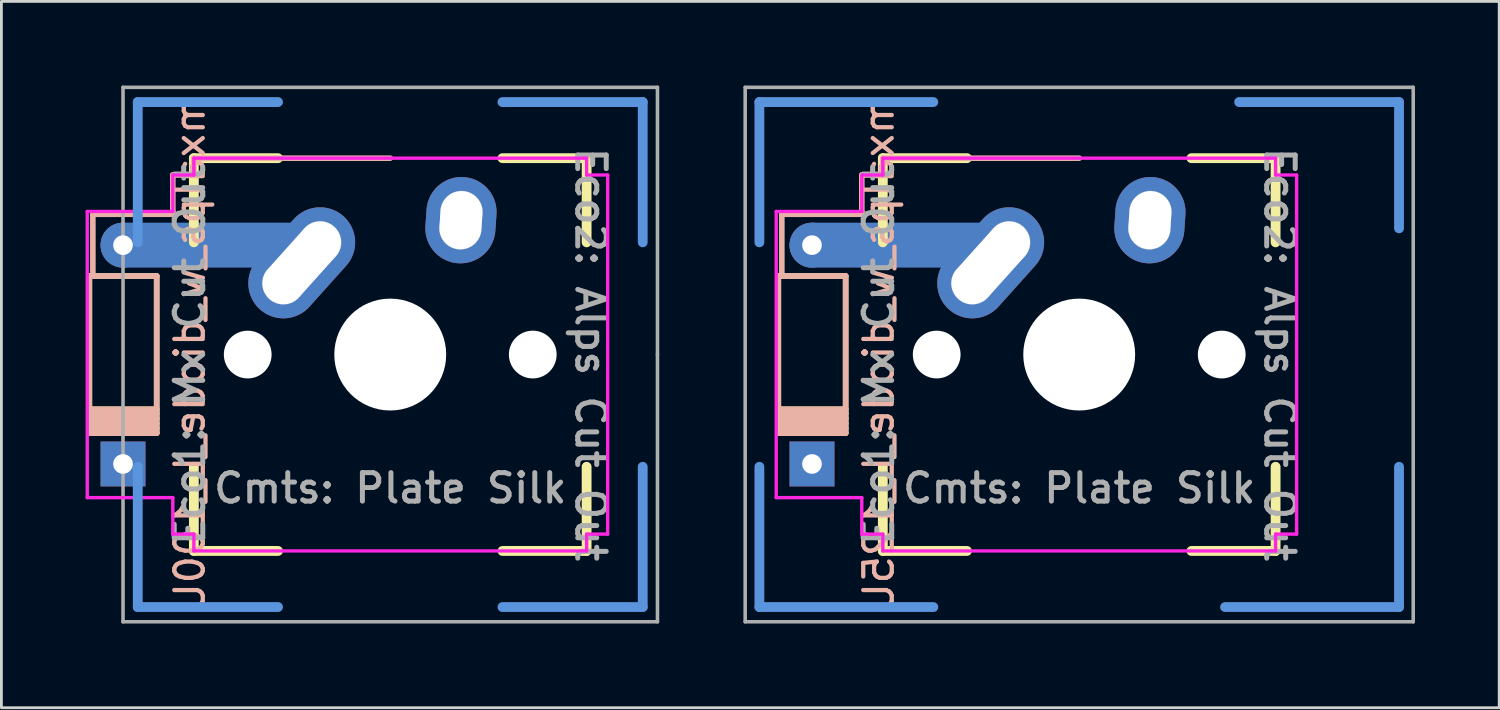
<source format=kicad_pcb>
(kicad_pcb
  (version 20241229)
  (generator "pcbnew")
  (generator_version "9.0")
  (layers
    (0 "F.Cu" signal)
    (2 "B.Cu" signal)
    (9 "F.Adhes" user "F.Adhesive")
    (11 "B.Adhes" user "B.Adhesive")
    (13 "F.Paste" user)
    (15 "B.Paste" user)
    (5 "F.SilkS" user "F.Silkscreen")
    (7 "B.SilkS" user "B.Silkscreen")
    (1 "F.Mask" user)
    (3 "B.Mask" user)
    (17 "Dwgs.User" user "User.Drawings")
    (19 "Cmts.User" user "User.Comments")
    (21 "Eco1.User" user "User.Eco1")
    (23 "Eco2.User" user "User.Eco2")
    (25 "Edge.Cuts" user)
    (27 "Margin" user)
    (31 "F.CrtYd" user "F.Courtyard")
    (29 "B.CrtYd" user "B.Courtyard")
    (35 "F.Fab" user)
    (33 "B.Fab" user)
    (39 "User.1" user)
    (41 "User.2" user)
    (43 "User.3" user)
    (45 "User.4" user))
  (footprint "mxalps_w_diode_L_125U"
    (layer "F.Cu")
    (at 35.418 9.588)
    (property "Reference" "mxalps_w_diode_L_125U" (at -7.144 0 90) (layer "B.SilkS") (effects (font (size 1.016 1.016) (thickness 0.152)) (justify mirror)))
    (attr through_hole)
    (fp_line (start -10.725 -2.8) (end -10.725 2.8) (stroke (width 0.2) (type solid)) (layer "F.SilkS"))
    (fp_line (start -8.325 -2.8) (end -10.725 -2.8) (stroke (width 0.2) (type solid)) (layer "F.SilkS"))
    (fp_line (start -8.325 1.95) (end -10.725 1.95) (stroke (width 0.2) (type solid)) (layer "F.SilkS"))
    (fp_line (start -8.325 2.1) (end -10.725 2.1) (stroke (width 0.2) (type solid)) (layer "F.SilkS"))
    (fp_line (start -8.325 2.275) (end -10.725 2.275) (stroke (width 0.2) (type solid)) (layer "F.SilkS"))
    (fp_line (start -8.325 2.45) (end -10.725 2.45) (stroke (width 0.2) (type solid)) (layer "F.SilkS"))
    (fp_line (start -8.325 2.625) (end -10.725 2.625) (stroke (width 0.2) (type solid)) (layer "F.SilkS"))
    (fp_line (start -8.325 2.8) (end -10.725 2.8) (stroke (width 0.2) (type solid)) (layer "F.SilkS"))
    (fp_line (start -8.325 2.8) (end -8.325 -2.8) (stroke (width 0.2) (type solid)) (layer "F.SilkS"))
    (fp_line (start -7 -7) (end -7 -4) (stroke (width 0.35) (type solid)) (layer "F.SilkS"))
    (fp_line (start -7 -7) (end -4 -7) (stroke (width 0.35) (type solid)) (layer "F.SilkS"))
    (fp_line (start -7 7) (end -7 4) (stroke (width 0.35) (type solid)) (layer "F.SilkS"))
    (fp_line (start -7 7) (end -4 7) (stroke (width 0.35) (type solid)) (layer "F.SilkS"))
    (fp_line (start 7 -7) (end 4 -7) (stroke (width 0.35) (type solid)) (layer "F.SilkS"))
    (fp_line (start 7 -7) (end 7 -4) (stroke (width 0.35) (type solid)) (layer "F.SilkS"))
    (fp_line (start 7 7) (end 4 7) (stroke (width 0.35) (type solid)) (layer "F.SilkS"))
    (fp_line (start 7 7) (end 7 4) (stroke (width 0.35) (type solid)) (layer "F.SilkS"))
    (fp_line (start -10.725 -2.8) (end -8.325 -2.8) (stroke (width 0.2) (type solid)) (layer "B.SilkS"))
    (fp_line (start -10.725 1.95) (end -8.325 1.95) (stroke (width 0.2) (type solid)) (layer "B.SilkS"))
    (fp_line (start -10.725 2.1) (end -8.325 2.1) (stroke (width 0.2) (type solid)) (layer "B.SilkS"))
    (fp_line (start -10.725 2.275) (end -8.325 2.275) (stroke (width 0.2) (type solid)) (layer "B.SilkS"))
    (fp_line (start -10.725 2.45) (end -8.325 2.45) (stroke (width 0.2) (type solid)) (layer "B.SilkS"))
    (fp_line (start -10.725 2.625) (end -8.325 2.625) (stroke (width 0.2) (type solid)) (layer "B.SilkS"))
    (fp_line (start -10.725 2.8) (end -10.725 -2.8) (stroke (width 0.2) (type solid)) (layer "B.SilkS"))
    (fp_line (start -10.725 2.8) (end -8.325 2.8) (stroke (width 0.2) (type solid)) (layer "B.SilkS"))
    (fp_line (start -10.6 -5) (end -10.6 -2.8) (stroke (width 0.2) (type solid)) (layer "B.SilkS"))
    (fp_line (start -8.325 -2.8) (end -8.325 2.8) (stroke (width 0.2) (type solid)) (layer "B.SilkS"))
    (fp_line (start -7.75 -6.4) (end -7.75 -5.1) (stroke (width 0.2) (type solid)) (layer "B.SilkS"))
    (fp_line (start -7.75 -5.1) (end -7.75 -5) (stroke (width 0.2) (type solid)) (layer "B.SilkS"))
    (fp_line (start -7.75 -5) (end -10.6 -5) (stroke (width 0.2) (type solid)) (layer "B.SilkS"))
    (fp_line (start -7 -7) (end -7 -6.4) (stroke (width 0.2) (type solid)) (layer "B.SilkS"))
    (fp_line (start -7 -6.4) (end -7.75 -6.4) (stroke (width 0.2) (type solid)) (layer "B.SilkS"))
    (fp_line (start 0 -7) (end -7 -7) (stroke (width 0.2) (type solid)) (layer "B.SilkS"))
    (fp_circle (center -3.81 -2.54) (end -3.06 -2.54) (stroke (width 0.01) (type solid)) (fill no) (layer "Dwgs.User"))
    (fp_circle (center -2.5 -4) (end -1.75 -4) (stroke (width 0.01) (type solid)) (fill no) (layer "Dwgs.User"))
    (fp_circle (center 2.5 -4.5) (end 3.25 -4.5) (stroke (width 0.01) (type solid)) (fill no) (layer "Dwgs.User"))
    (fp_circle (center 2.54 -5.08) (end 3.29 -5.08) (stroke (width 0.01) (type solid)) (fill no) (layer "Dwgs.User"))
    (fp_line (start -11.4 -9) (end -11.4 -4) (stroke (width 0.35) (type solid)) (layer "Cmts.User"))
    (fp_line (start -11.4 -9) (end -5.2 -9) (stroke (width 0.35) (type solid)) (layer "Cmts.User"))
    (fp_line (start -11.4 9) (end -11.4 4) (stroke (width 0.35) (type solid)) (layer "Cmts.User"))
    (fp_line (start -11.4 9) (end -5.2 9) (stroke (width 0.35) (type solid)) (layer "Cmts.User"))
    (fp_line (start 11.4 -9) (end 5.7 -9) (stroke (width 0.35) (type solid)) (layer "Cmts.User"))
    (fp_line (start 11.4 -9) (end 11.4 -4.5) (stroke (width 0.35) (type solid)) (layer "Cmts.User"))
    (fp_line (start 11.4 9) (end 5.2 9) (stroke (width 0.35) (type solid)) (layer "Cmts.User"))
    (fp_line (start 11.4 9) (end 11.4 4) (stroke (width 0.35) (type solid)) (layer "Cmts.User"))
    (fp_line (start -7 -7) (end -7 7) (stroke (width 0.1) (type solid)) (layer "Eco1.User"))
    (fp_line (start -7 7) (end 7 7) (stroke (width 0.1) (type solid)) (layer "Eco1.User"))
    (fp_line (start 7 -7) (end -7 -7) (stroke (width 0.1) (type solid)) (layer "Eco1.User"))
    (fp_line (start 7 7) (end 7 -7) (stroke (width 0.1) (type solid)) (layer "Eco1.User"))
    (fp_line (start -7.75 -6.4) (end -7.75 6.4) (stroke (width 0.1) (type solid)) (layer "Eco2.User"))
    (fp_line (start -7.75 6.4) (end 7.75 6.4) (stroke (width 0.1) (type solid)) (layer "Eco2.User"))
    (fp_line (start 7.75 -6.4) (end -7.75 -6.4) (stroke (width 0.1) (type solid)) (layer "Eco2.User"))
    (fp_line (start 7.75 6.4) (end 7.75 -6.4) (stroke (width 0.1) (type solid)) (layer "Eco2.User"))
    (fp_line (start -10.8 -5.1) (end -10.8 5.1) (stroke (width 0.12) (type solid)) (layer "F.CrtYd"))
    (fp_line (start -7.75 -6.4) (end -7.75 -5.1) (stroke (width 0.12) (type solid)) (layer "F.CrtYd"))
    (fp_line (start -7.75 -6.4) (end -7 -6.4) (stroke (width 0.12) (type solid)) (layer "F.CrtYd"))
    (fp_line (start -7.75 -5.1) (end -10.8 -5.1) (stroke (width 0.12) (type solid)) (layer "F.CrtYd"))
    (fp_line (start -7.75 5.1) (end -10.8 5.1) (stroke (width 0.12) (type solid)) (layer "F.CrtYd"))
    (fp_line (start -7.75 6.4) (end -7.75 5.1) (stroke (width 0.12) (type solid)) (layer "F.CrtYd"))
    (fp_line (start -7 -7) (end 7 -7) (stroke (width 0.12) (type solid)) (layer "F.CrtYd"))
    (fp_line (start -7 -6.4) (end -7 -7) (stroke (width 0.12) (type solid)) (layer "F.CrtYd"))
    (fp_line (start -7 6.4) (end -7.75 6.4) (stroke (width 0.12) (type solid)) (layer "F.CrtYd"))
    (fp_line (start -7 7) (end -7 6.4) (stroke (width 0.12) (type solid)) (layer "F.CrtYd"))
    (fp_line (start 7 -7) (end 7 -6.4) (stroke (width 0.12) (type solid)) (layer "F.CrtYd"))
    (fp_line (start 7 -6.4) (end 7.75 -6.4) (stroke (width 0.12) (type solid)) (layer "F.CrtYd"))
    (fp_line (start 7 6.4) (end 7 7) (stroke (width 0.12) (type solid)) (layer "F.CrtYd"))
    (fp_line (start 7 7) (end -7 7) (stroke (width 0.12) (type solid)) (layer "F.CrtYd"))
    (fp_line (start 7.75 -6.4) (end 7.75 6.4) (stroke (width 0.12) (type solid)) (layer "F.CrtYd"))
    (fp_line (start 7.75 6.4) (end 7 6.4) (stroke (width 0.12) (type solid)) (layer "F.CrtYd"))
    (fp_line (start -11.906 9.525) (end -11.906 -9.525) (stroke (width 0.127) (type solid)) (layer "F.Fab"))
    (fp_line (start -11.906 9.525) (end 11.906 9.525) (stroke (width 0.127) (type solid)) (layer "F.Fab"))
    (fp_line (start 11.906 -9.525) (end -11.906 -9.525) (stroke (width 0.127) (type solid)) (layer "F.Fab"))
    (fp_line (start 11.906 -9.525) (end 11.906 9.525) (stroke (width 0.127) (type solid)) (layer "F.Fab"))
    (fp_text user "Eco1: Mx Cut Out" (at -7.144 0 90) (unlocked yes) (layer "F.Fab") (effects (font (size 1.016 1.016) (thickness 0.178))))
    (fp_text user "Eco2: Alps Cut Out" (at 7.144 0 270) (unlocked yes) (layer "F.Fab") (effects (font (size 1.016 1.016) (thickness 0.178))))
    (fp_text user "Cmts: Plate Silk" (at 0 4.763 0) (layer "F.Fab") (effects (font (size 1.016 1.016) (thickness 0.178))))
    (pad "" thru_hole circle (at -9.525 -3.9 270) (size 1.6 1.6) (drill 0.7) (layers "*.Cu" "*.Mask"))
    (pad "" connect oval (at -9.525 -3.9) (size 8.6 1.6) (drill (offset 3.5 0)) (layers "B.Cu"))
    (pad "" np_thru_hole circle (at -5.08 0) (size 1.702 1.702) (drill 1.702) (layers "*.Cu" "*.Mask"))
    (pad "" thru_hole oval (at -3.155 -3.27 318.1) (size 2.5 4.46) (drill oval 1.5 3.46) (layers "*.Cu" "*.Mask"))
    (pad "" np_thru_hole circle (at 0 0) (size 3.988 3.988) (drill 3.988) (layers "*.Cu" "*.Mask"))
    (pad "" np_thru_hole circle (at 5.08 0) (size 1.702 1.702) (drill 1.702) (layers "*.Cu" "*.Mask"))
    (pad "1" thru_hole oval (at 2.52 -4.79 356.1) (size 2.5 3.08) (drill oval 1.5 2.08) (layers "*.Cu" "*.Mask"))
    (pad "2" thru_hole rect (at -9.525 3.9 270) (size 1.6 1.6) (drill 0.7) (layers "*.Cu" "*.Mask")))
  (footprint "mxalps_w_diode_L_100U"
    (layer "F.Cu")
    (at 10.86 9.588)
    (property "Reference" "mxalps_w_diode_L_100U" (at -7.144 0 90) (layer "B.SilkS") (effects (font (size 1.016 1.016) (thickness 0.152)) (justify mirror)))
    (attr through_hole)
    (fp_line (start -10.725 -2.8) (end -10.725 2.8) (stroke (width 0.2) (type solid)) (layer "F.SilkS"))
    (fp_line (start -8.325 -2.8) (end -10.725 -2.8) (stroke (width 0.2) (type solid)) (layer "F.SilkS"))
    (fp_line (start -8.325 1.95) (end -10.725 1.95) (stroke (width 0.2) (type solid)) (layer "F.SilkS"))
    (fp_line (start -8.325 2.1) (end -10.725 2.1) (stroke (width 0.2) (type solid)) (layer "F.SilkS"))
    (fp_line (start -8.325 2.275) (end -10.725 2.275) (stroke (width 0.2) (type solid)) (layer "F.SilkS"))
    (fp_line (start -8.325 2.45) (end -10.725 2.45) (stroke (width 0.2) (type solid)) (layer "F.SilkS"))
    (fp_line (start -8.325 2.625) (end -10.725 2.625) (stroke (width 0.2) (type solid)) (layer "F.SilkS"))
    (fp_line (start -8.325 2.8) (end -10.725 2.8) (stroke (width 0.2) (type solid)) (layer "F.SilkS"))
    (fp_line (start -8.325 2.8) (end -8.325 -2.8) (stroke (width 0.2) (type solid)) (layer "F.SilkS"))
    (fp_line (start -7 -7) (end -7 -4) (stroke (width 0.35) (type solid)) (layer "F.SilkS"))
    (fp_line (start -7 -7) (end -4 -7) (stroke (width 0.35) (type solid)) (layer "F.SilkS"))
    (fp_line (start -7 7) (end -7 4) (stroke (width 0.35) (type solid)) (layer "F.SilkS"))
    (fp_line (start -7 7) (end -4 7) (stroke (width 0.35) (type solid)) (layer "F.SilkS"))
    (fp_line (start 7 -7) (end 4 -7) (stroke (width 0.35) (type solid)) (layer "F.SilkS"))
    (fp_line (start 7 -7) (end 7 -4) (stroke (width 0.35) (type solid)) (layer "F.SilkS"))
    (fp_line (start 7 7) (end 4 7) (stroke (width 0.35) (type solid)) (layer "F.SilkS"))
    (fp_line (start 7 7) (end 7 4) (stroke (width 0.35) (type solid)) (layer "F.SilkS"))
    (fp_line (start -10.725 -2.8) (end -8.325 -2.8) (stroke (width 0.2) (type solid)) (layer "B.SilkS"))
    (fp_line (start -10.725 1.95) (end -8.325 1.95) (stroke (width 0.2) (type solid)) (layer "B.SilkS"))
    (fp_line (start -10.725 2.1) (end -8.325 2.1) (stroke (width 0.2) (type solid)) (layer "B.SilkS"))
    (fp_line (start -10.725 2.275) (end -8.325 2.275) (stroke (width 0.2) (type solid)) (layer "B.SilkS"))
    (fp_line (start -10.725 2.45) (end -8.325 2.45) (stroke (width 0.2) (type solid)) (layer "B.SilkS"))
    (fp_line (start -10.725 2.625) (end -8.325 2.625) (stroke (width 0.2) (type solid)) (layer "B.SilkS"))
    (fp_line (start -10.725 2.8) (end -10.725 -2.8) (stroke (width 0.2) (type solid)) (layer "B.SilkS"))
    (fp_line (start -10.725 2.8) (end -8.325 2.8) (stroke (width 0.2) (type solid)) (layer "B.SilkS"))
    (fp_line (start -10.6 -5) (end -10.6 -2.8) (stroke (width 0.2) (type solid)) (layer "B.SilkS"))
    (fp_line (start -8.325 -2.8) (end -8.325 2.8) (stroke (width 0.2) (type solid)) (layer "B.SilkS"))
    (fp_line (start -7.75 -6.4) (end -7.75 -5.1) (stroke (width 0.2) (type solid)) (layer "B.SilkS"))
    (fp_line (start -7.75 -5.1) (end -7.75 -5) (stroke (width 0.2) (type solid)) (layer "B.SilkS"))
    (fp_line (start -7.75 -5) (end -10.6 -5) (stroke (width 0.2) (type solid)) (layer "B.SilkS"))
    (fp_line (start -7 -7) (end -7 -6.4) (stroke (width 0.2) (type solid)) (layer "B.SilkS"))
    (fp_line (start -7 -6.4) (end -7.75 -6.4) (stroke (width 0.2) (type solid)) (layer "B.SilkS"))
    (fp_line (start 0 -7) (end -7 -7) (stroke (width 0.2) (type solid)) (layer "B.SilkS"))
    (fp_circle (center -3.81 -2.54) (end -3.06 -2.54) (stroke (width 0.01) (type solid)) (fill no) (layer "Dwgs.User"))
    (fp_circle (center -2.5 -4) (end -1.75 -4) (stroke (width 0.01) (type solid)) (fill no) (layer "Dwgs.User"))
    (fp_circle (center 2.5 -4.5) (end 3.25 -4.5) (stroke (width 0.01) (type solid)) (fill no) (layer "Dwgs.User"))
    (fp_circle (center 2.54 -5.08) (end 3.29 -5.08) (stroke (width 0.01) (type solid)) (fill no) (layer "Dwgs.User"))
    (fp_line (start -9 -9) (end -4 -9) (stroke (width 0.35) (type solid)) (layer "Cmts.User"))
    (fp_line (start -9 -4) (end -9 -9) (stroke (width 0.35) (type solid)) (layer "Cmts.User"))
    (fp_line (start -9 9) (end -9 4) (stroke (width 0.35) (type solid)) (layer "Cmts.User"))
    (fp_line (start -4 9) (end -9 9) (stroke (width 0.35) (type solid)) (layer "Cmts.User"))
    (fp_line (start 4 -9) (end 9 -9) (stroke (width 0.35) (type solid)) (layer "Cmts.User"))
    (fp_line (start 9 -9) (end 9 -4) (stroke (width 0.35) (type solid)) (layer "Cmts.User"))
    (fp_line (start 9 4) (end 9 9) (stroke (width 0.35) (type solid)) (layer "Cmts.User"))
    (fp_line (start 9 9) (end 4 9) (stroke (width 0.35) (type solid)) (layer "Cmts.User"))
    (fp_line (start -7 -7) (end -7 7) (stroke (width 0.1) (type solid)) (layer "Eco1.User"))
    (fp_line (start -7 7) (end 7 7) (stroke (width 0.1) (type solid)) (layer "Eco1.User"))
    (fp_line (start 7 -7) (end -7 -7) (stroke (width 0.1) (type solid)) (layer "Eco1.User"))
    (fp_line (start 7 7) (end 7 -7) (stroke (width 0.1) (type solid)) (layer "Eco1.User"))
    (fp_line (start -7.75 -6.4) (end -7.75 6.4) (stroke (width 0.1) (type solid)) (layer "Eco2.User"))
    (fp_line (start -7.75 6.4) (end 7.75 6.4) (stroke (width 0.1) (type solid)) (layer "Eco2.User"))
    (fp_line (start 7.75 -6.4) (end -7.75 -6.4) (stroke (width 0.1) (type solid)) (layer "Eco2.User"))
    (fp_line (start 7.75 6.4) (end 7.75 -6.4) (stroke (width 0.1) (type solid)) (layer "Eco2.User"))
    (fp_line (start -10.8 -5.1) (end -10.8 5.1) (stroke (width 0.12) (type solid)) (layer "F.CrtYd"))
    (fp_line (start -7.75 -6.4) (end -7.75 -5.1) (stroke (width 0.12) (type solid)) (layer "F.CrtYd"))
    (fp_line (start -7.75 -6.4) (end -7 -6.4) (stroke (width 0.12) (type solid)) (layer "F.CrtYd"))
    (fp_line (start -7.75 -5.1) (end -10.8 -5.1) (stroke (width 0.12) (type solid)) (layer "F.CrtYd"))
    (fp_line (start -7.75 5.1) (end -10.8 5.1) (stroke (width 0.12) (type solid)) (layer "F.CrtYd"))
    (fp_line (start -7.75 6.4) (end -7.75 5.1) (stroke (width 0.12) (type solid)) (layer "F.CrtYd"))
    (fp_line (start -7 -7) (end 7 -7) (stroke (width 0.12) (type solid)) (layer "F.CrtYd"))
    (fp_line (start -7 -6.4) (end -7 -7) (stroke (width 0.12) (type solid)) (layer "F.CrtYd"))
    (fp_line (start -7 6.4) (end -7.75 6.4) (stroke (width 0.12) (type solid)) (layer "F.CrtYd"))
    (fp_line (start -7 7) (end -7 6.4) (stroke (width 0.12) (type solid)) (layer "F.CrtYd"))
    (fp_line (start 7 -7) (end 7 -6.4) (stroke (width 0.12) (type solid)) (layer "F.CrtYd"))
    (fp_line (start 7 -6.4) (end 7.75 -6.4) (stroke (width 0.12) (type solid)) (layer "F.CrtYd"))
    (fp_line (start 7 6.4) (end 7 7) (stroke (width 0.12) (type solid)) (layer "F.CrtYd"))
    (fp_line (start 7 7) (end -7 7) (stroke (width 0.12) (type solid)) (layer "F.CrtYd"))
    (fp_line (start 7.75 -6.4) (end 7.75 6.4) (stroke (width 0.12) (type solid)) (layer "F.CrtYd"))
    (fp_line (start 7.75 6.4) (end 7 6.4) (stroke (width 0.12) (type solid)) (layer "F.CrtYd"))
    (fp_line (start -9.525 -9.525) (end -9.525 9.525) (stroke (width 0.127) (type solid)) (layer "F.Fab"))
    (fp_line (start -9.525 9.525) (end 9.525 9.525) (stroke (width 0.127) (type solid)) (layer "F.Fab"))
    (fp_line (start 9.525 -9.525) (end -9.525 -9.525) (stroke (width 0.127) (type solid)) (layer "F.Fab"))
    (fp_line (start 9.525 0) (end 9.525 -9.525) (stroke (width 0.127) (type solid)) (layer "F.Fab"))
    (fp_line (start 9.525 9.525) (end 9.525 0) (stroke (width 0.127) (type solid)) (layer "F.Fab"))
    (fp_text user "Eco2: Alps Cut Out" (at 7.144 0 270) (unlocked yes) (layer "F.Fab") (effects (font (size 1.016 1.016) (thickness 0.178))))
    (fp_text user "Cmts: Plate Silk" (at 0 4.763 0) (layer "F.Fab") (effects (font (size 1.016 1.016) (thickness 0.178))))
    (fp_text user "Eco1: Mx Cut Out" (at -7.144 0 90) (layer "F.Fab") (effects (font (size 1.016 1.016) (thickness 0.178))))
    (pad "" thru_hole circle (at -9.525 -3.9 270) (size 1.6 1.6) (drill 0.7) (layers "*.Cu" "*.Mask"))
    (pad "" connect oval (at -9.525 -3.9) (size 8.6 1.6) (drill (offset 3.5 0)) (layers "B.Cu"))
    (pad "" np_thru_hole circle (at -5.08 0) (size 1.702 1.702) (drill 1.702) (layers "*.Cu" "*.Mask"))
    (pad "" thru_hole oval (at -3.155 -3.27 318.1) (size 2.5 4.46) (drill oval 1.5 3.46) (layers "*.Cu" "*.Mask"))
    (pad "" np_thru_hole circle (at 0 0) (size 3.988 3.988) (drill 3.988) (layers "*.Cu" "*.Mask"))
    (pad "" np_thru_hole circle (at 5.08 0) (size 1.702 1.702) (drill 1.702) (layers "*.Cu" "*.Mask"))
    (pad "1" thru_hole oval (at 2.52 -4.79 356.1) (size 2.5 3.08) (drill oval 1.5 2.08) (layers "*.Cu" "*.Mask"))
    (pad "2" thru_hole rect (at -9.525 3.9 270) (size 1.6 1.6) (drill 0.7) (layers "*.Cu" "*.Mask")))
  (gr_rect
    (start -3 -3)
    (end 50.388 22.177)
    (stroke (width 0.1) (type default))
    (fill no)
    (layer "Edge.Cuts")))
</source>
